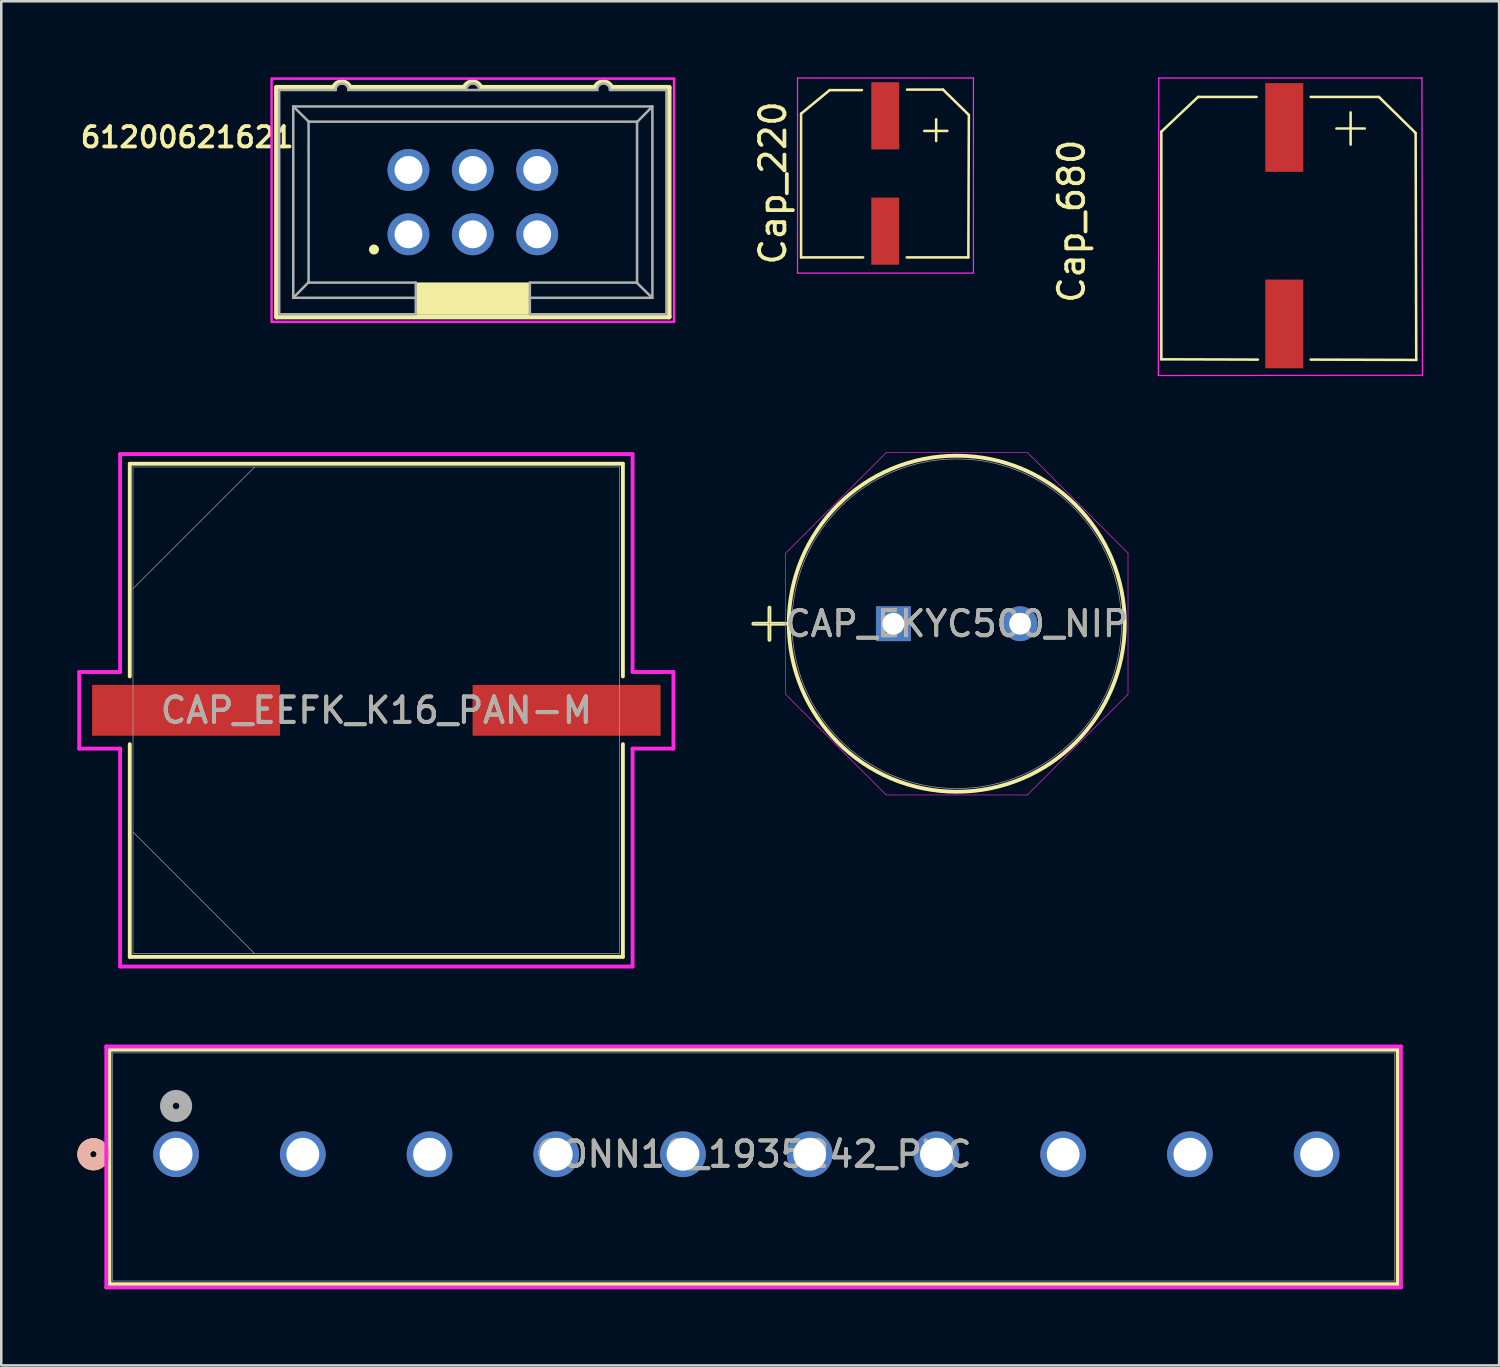
<source format=kicad_pcb>
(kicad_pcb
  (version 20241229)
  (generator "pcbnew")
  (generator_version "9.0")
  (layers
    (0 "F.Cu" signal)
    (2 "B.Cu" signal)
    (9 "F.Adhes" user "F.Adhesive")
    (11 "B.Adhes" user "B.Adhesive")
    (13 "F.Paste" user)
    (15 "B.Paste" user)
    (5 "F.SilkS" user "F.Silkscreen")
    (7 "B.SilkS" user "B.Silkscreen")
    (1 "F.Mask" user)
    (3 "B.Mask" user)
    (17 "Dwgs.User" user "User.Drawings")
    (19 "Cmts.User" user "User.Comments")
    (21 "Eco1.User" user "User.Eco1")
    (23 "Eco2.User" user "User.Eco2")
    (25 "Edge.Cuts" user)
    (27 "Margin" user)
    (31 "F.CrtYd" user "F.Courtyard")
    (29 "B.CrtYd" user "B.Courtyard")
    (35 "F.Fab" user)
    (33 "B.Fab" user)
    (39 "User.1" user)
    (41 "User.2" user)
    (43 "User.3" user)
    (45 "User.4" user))
  (footprint "61200621621"
    (layer "F.Cu")
    (at 15.605 4.925)
    (property "Reference" "61200621621" (at -11.27 -2.561 0) (layer "F.SilkS") (effects (font (size 0.8 0.8) (thickness 0.15))))
    (attr through_hole)
    (fp_line (start -7.74 -4.525) (end -7.74 4.525) (stroke (width 0.2) (type solid)) (layer "F.SilkS"))
    (fp_line (start -7.74 4.525) (end 7.74 4.525) (stroke (width 0.2) (type solid)) (layer "F.SilkS"))
    (fp_line (start -5.49 -4.525) (end -7.74 -4.525) (stroke (width 0.2) (type solid)) (layer "F.SilkS"))
    (fp_line (start -0.33 -4.525) (end -4.85 -4.525) (stroke (width 0.2) (type solid)) (layer "F.SilkS"))
    (fp_line (start 4.83 -4.525) (end 0.31 -4.525) (stroke (width 0.2) (type solid)) (layer "F.SilkS"))
    (fp_line (start 5.47 -4.525) (end 7.74 -4.525) (stroke (width 0.2) (type solid)) (layer "F.SilkS"))
    (fp_line (start 7.74 4.525) (end 7.74 -4.525) (stroke (width 0.2) (type solid)) (layer "F.SilkS"))
    (fp_arc (start -5.49 -4.525) (mid -5.17 -4.743547) (end -4.85 -4.525) (stroke (width 0.2) (type solid)) (layer "F.SilkS"))
    (fp_arc (start -0.33 -4.525) (mid -0.01 -4.743547) (end 0.31 -4.525) (stroke (width 0.2) (type solid)) (layer "F.SilkS"))
    (fp_arc (start 4.83 -4.525) (mid 5.15 -4.743547) (end 5.47 -4.525) (stroke (width 0.2) (type solid)) (layer "F.SilkS"))
    (fp_circle (center -3.9 1.87) (end -3.8 1.87) (stroke (width 0.2) (type solid)) (fill no) (layer "F.SilkS"))
    (fp_poly (pts (xy -2.25 3.175) (xy 2.25 3.175) (xy 2.25 4.425) (xy -2.25 4.425)) (stroke (width 0.01) (type solid)) (fill yes) (layer "F.SilkS"))
    (fp_poly (pts (xy -7.94 -4.875) (xy 7.94 -4.875) (xy 7.94 4.725) (xy -7.94 4.725)) (stroke (width 0.1) (type solid)) (fill no) (layer "F.CrtYd"))
    (fp_line (start -7.64 -4.425) (end -5.41 -4.425) (stroke (width 0.1) (type solid)) (layer "F.Fab"))
    (fp_line (start -7.64 4.425) (end -7.64 -4.425) (stroke (width 0.1) (type solid)) (layer "F.Fab"))
    (fp_line (start -7.085 -3.775) (end 7.085 -3.775) (stroke (width 0.1) (type solid)) (layer "F.Fab"))
    (fp_line (start -7.085 3.775) (end -7.085 -3.775) (stroke (width 0.1) (type solid)) (layer "F.Fab"))
    (fp_line (start -6.48 -3.175) (end 6.48 -3.175) (stroke (width 0.1) (type solid)) (layer "F.Fab"))
    (fp_line (start -6.48 3.16) (end -7.08 3.77) (stroke (width 0.1) (type solid)) (layer "F.Fab"))
    (fp_line (start -6.48 3.16) (end -6.48 -3.175) (stroke (width 0.1) (type solid)) (layer "F.Fab"))
    (fp_line (start -6.48 3.175) (end -6.48 3.16) (stroke (width 0.1) (type solid)) (layer "F.Fab"))
    (fp_line (start -6.47 -3.17) (end -7.08 -3.77) (stroke (width 0.1) (type solid)) (layer "F.Fab"))
    (fp_line (start -4.91 -4.425) (end 4.91 -4.425) (stroke (width 0.1) (type solid)) (layer "F.Fab"))
    (fp_line (start -2.25 3.175) (end -6.48 3.175) (stroke (width 0.1) (type solid)) (layer "F.Fab"))
    (fp_line (start -2.25 3.175) (end -2.25 3.775) (stroke (width 0.1) (type solid)) (layer "F.Fab"))
    (fp_line (start -2.25 3.775) (end -7.085 3.775) (stroke (width 0.1) (type solid)) (layer "F.Fab"))
    (fp_line (start -2.25 3.795) (end -2.25 4.395) (stroke (width 0.1) (type solid)) (layer "F.Fab"))
    (fp_line (start -2.25 4.425) (end -7.64 4.425) (stroke (width 0.1) (type solid)) (layer "F.Fab"))
    (fp_line (start 2.25 3.175) (end 2.25 3.775) (stroke (width 0.1) (type solid)) (layer "F.Fab"))
    (fp_line (start 2.25 3.815) (end 2.25 4.415) (stroke (width 0.1) (type solid)) (layer "F.Fab"))
    (fp_line (start 5.41 -4.425) (end 7.64 -4.425) (stroke (width 0.1) (type solid)) (layer "F.Fab"))
    (fp_line (start 6.46 3.17) (end 7.07 3.77) (stroke (width 0.1) (type solid)) (layer "F.Fab"))
    (fp_line (start 6.47 -3.15) (end 7.07 -3.76) (stroke (width 0.1) (type solid)) (layer "F.Fab"))
    (fp_line (start 6.48 -3.175) (end 6.48 3.175) (stroke (width 0.1) (type solid)) (layer "F.Fab"))
    (fp_line (start 6.48 3.175) (end 2.25 3.175) (stroke (width 0.1) (type solid)) (layer "F.Fab"))
    (fp_line (start 7.085 -3.775) (end 7.085 3.775) (stroke (width 0.1) (type solid)) (layer "F.Fab"))
    (fp_line (start 7.085 3.775) (end 2.25 3.775) (stroke (width 0.1) (type solid)) (layer "F.Fab"))
    (fp_line (start 7.64 -4.425) (end 7.64 4.425) (stroke (width 0.1) (type solid)) (layer "F.Fab"))
    (fp_line (start 7.64 4.425) (end 2.25 4.425) (stroke (width 0.1) (type solid)) (layer "F.Fab"))
    (fp_arc (start -5.41 -4.425) (mid -5.16 -4.680051) (end -4.91 -4.425) (stroke (width 0.1) (type solid)) (layer "F.Fab"))
    (fp_arc (start -0.25 -4.425) (mid 0 -4.680051) (end 0.25 -4.425) (stroke (width 0.1) (type solid)) (layer "F.Fab"))
    (fp_arc (start 4.91 -4.425) (mid 5.16 -4.685195) (end 5.41 -4.425) (stroke (width 0.1) (type solid)) (layer "F.Fab"))
    (pad "1" thru_hole circle (at -2.54 1.27) (size 1.65 1.65) (drill 1.1) (layers "*.Cu" "*.Mask"))
    (pad "2" thru_hole circle (at -2.54 -1.27) (size 1.65 1.65) (drill 1.1) (layers "*.Cu" "*.Mask"))
    (pad "3" thru_hole circle (at 0 1.27) (size 1.65 1.65) (drill 1.1) (layers "*.Cu" "*.Mask"))
    (pad "4" thru_hole circle (at 0 -1.27) (size 1.65 1.65) (drill 1.1) (layers "*.Cu" "*.Mask"))
    (pad "5" thru_hole circle (at 2.54 1.27) (size 1.65 1.65) (drill 1.1) (layers "*.Cu" "*.Mask"))
    (pad "6" thru_hole circle (at 2.54 -1.27) (size 1.65 1.65) (drill 1.1) (layers "*.Cu" "*.Mask")))
  (footprint "CAP_EKYC500_NIP"
    (layer "F.Cu")
    (at 32.199 21.559)
    (property "Reference" "CAP_EKYC500_NIP" (at 2.5 0 0) (unlocked yes) (layer "F.SilkS") (effects (font (size 1 1) (thickness 0.15))))
    (attr through_hole)
    (fp_line (start -5.526 0) (end -4.256 0) (stroke (width 0.152) (type solid)) (layer "F.SilkS"))
    (fp_line (start -4.891 -0.635) (end -4.891 0.635) (stroke (width 0.152) (type solid)) (layer "F.SilkS"))
    (fp_circle (center 2.5 0) (end 9.129 0) (stroke (width 0.152) (type solid)) (fill no) (layer "F.SilkS"))
    (fp_line (start -4.256 -2.782) (end -0.282 -6.756) (stroke (width 0.025) (type solid)) (layer "F.CrtYd"))
    (fp_line (start -4.256 2.782) (end -4.256 -2.782) (stroke (width 0.025) (type solid)) (layer "F.CrtYd"))
    (fp_line (start -0.282 -6.756) (end 5.282 -6.756) (stroke (width 0.025) (type solid)) (layer "F.CrtYd"))
    (fp_line (start -0.282 6.756) (end -4.256 2.782) (stroke (width 0.025) (type solid)) (layer "F.CrtYd"))
    (fp_line (start 5.282 -6.756) (end 9.256 -2.782) (stroke (width 0.025) (type solid)) (layer "F.CrtYd"))
    (fp_line (start 5.282 6.756) (end -0.282 6.756) (stroke (width 0.025) (type solid)) (layer "F.CrtYd"))
    (fp_line (start 9.256 -2.782) (end 9.256 2.782) (stroke (width 0.025) (type solid)) (layer "F.CrtYd"))
    (fp_line (start 9.256 2.782) (end 5.282 6.756) (stroke (width 0.025) (type solid)) (layer "F.CrtYd"))
    (fp_line (start -5.526 0) (end -4.256 0) (stroke (width 0.025) (type solid)) (layer "F.Fab"))
    (fp_line (start -4.891 -0.635) (end -4.891 0.635) (stroke (width 0.025) (type solid)) (layer "F.Fab"))
    (fp_circle (center 2.5 0) (end 9.002 0) (stroke (width 0.025) (type solid)) (fill no) (layer "F.Fab"))
    (fp_text user "${REFERENCE}" (at 2.5 0 0) (unlocked yes) (layer "F.Fab") (effects (font (size 1 1) (thickness 0.15))))
    (pad "1" thru_hole rect (at 0 0) (size 1.372 1.372) (drill 0.864) (layers "*.Cu" "*.Mask"))
    (pad "2" thru_hole circle (at 5 0) (size 1.372 1.372) (drill 0.864) (layers "*.Cu" "*.Mask")))
  (footprint "Cap_220"
    (layer "F.Cu")
    (at 31.854 4.159)
    (property "Reference" "Cap_220" (at -4.41 0.01 90) (layer "F.SilkS") (effects (font (size 1 1) (thickness 0.15))))
    (attr smd)
    (fp_line (start -3.298 -2.724) (end -3.298 2.946) (stroke (width 0.1) (type default)) (layer "F.SilkS"))
    (fp_line (start -3.298 2.946) (end -0.848 2.946) (stroke (width 0.1) (type default)) (layer "F.SilkS"))
    (fp_line (start -2.168 -3.654) (end -3.298 -2.724) (stroke (width 0.1) (type default)) (layer "F.SilkS"))
    (fp_line (start -0.898 -3.654) (end -2.168 -3.654) (stroke (width 0.1) (type default)) (layer "F.SilkS"))
    (fp_line (start 0.882 -3.674) (end 2.302 -3.674) (stroke (width 0.1) (type default)) (layer "F.SilkS"))
    (fp_line (start 1.562 -2.044) (end 2.472 -2.044) (stroke (width 0.1) (type default)) (layer "F.SilkS"))
    (fp_line (start 2.032 -2.504) (end 2.032 -1.644) (stroke (width 0.1) (type default)) (layer "F.SilkS"))
    (fp_line (start 2.302 -3.674) (end 3.322 -2.674) (stroke (width 0.1) (type default)) (layer "F.SilkS"))
    (fp_line (start 3.302 2.946) (end 0.872 2.946) (stroke (width 0.1) (type default)) (layer "F.SilkS"))
    (fp_line (start 3.322 -2.674) (end 3.302 2.946) (stroke (width 0.1) (type default)) (layer "F.SilkS"))
    (fp_line (start -3.438 -4.134) (end 3.502 -4.134) (stroke (width 0.05) (type default)) (layer "F.CrtYd"))
    (fp_line (start -3.438 3.566) (end -3.438 -4.134) (stroke (width 0.05) (type default)) (layer "F.CrtYd"))
    (fp_line (start 3.502 -4.134) (end 3.502 3.566) (stroke (width 0.05) (type default)) (layer "F.CrtYd"))
    (fp_line (start 3.502 3.566) (end -3.438 3.566) (stroke (width 0.05) (type default)) (layer "F.CrtYd"))
    (pad "1" smd rect (at 0.022 -2.639) (size 1.1 2.65) (layers "F.Cu" "F.Mask" "F.Paste"))
    (pad "2" smd rect (at 0.022 1.911) (size 1.1 2.65) (layers "F.Cu" "F.Mask" "F.Paste")))
  (footprint "Cap_680"
    (layer "F.Cu")
    (at 47.687 5.728)
    (property "Reference" "Cap_680" (at -8.458 -0.051 90) (layer "F.SilkS") (effects (font (size 1 1) (thickness 0.15))))
    (attr smd)
    (fp_line (start -4.917 -3.581) (end -4.917 5.398) (stroke (width 0.1) (type default)) (layer "F.SilkS"))
    (fp_line (start -4.917 -3.581) (end -3.469 -4.953) (stroke (width 0.1) (type default)) (layer "F.SilkS"))
    (fp_line (start -4.917 5.398) (end -1.107 5.41) (stroke (width 0.1) (type default)) (layer "F.SilkS"))
    (fp_line (start -3.469 -4.953) (end -1.158 -4.953) (stroke (width 0.1) (type default)) (layer "F.SilkS"))
    (fp_line (start 1.992 -3.708) (end 3.11 -3.708) (stroke (width 0.1) (type default)) (layer "F.SilkS"))
    (fp_line (start 2.551 -4.343) (end 2.551 -3.073) (stroke (width 0.1) (type default)) (layer "F.SilkS"))
    (fp_line (start 3.668 -4.953) (end 0.976 -4.953) (stroke (width 0.1) (type default)) (layer "F.SilkS"))
    (fp_line (start 5.116 -3.53) (end 3.668 -4.953) (stroke (width 0.1) (type default)) (layer "F.SilkS"))
    (fp_line (start 5.116 -3.53) (end 5.141 5.423) (stroke (width 0.1) (type default)) (layer "F.SilkS"))
    (fp_line (start 5.141 5.423) (end 0.976 5.41) (stroke (width 0.1) (type default)) (layer "F.SilkS"))
    (fp_line (start -5.035 6.037) (end -5.016 -5.703) (stroke (width 0.05) (type default)) (layer "F.CrtYd"))
    (fp_line (start -5.016 -5.703) (end 5.364 -5.703) (stroke (width 0.05) (type default)) (layer "F.CrtYd"))
    (fp_line (start 5.364 -5.703) (end 5.385 6.027) (stroke (width 0.05) (type default)) (layer "F.CrtYd"))
    (fp_line (start 5.385 6.027) (end -5.035 6.037) (stroke (width 0.05) (type default)) (layer "F.CrtYd"))
    (pad "1" smd rect (at -0.066 -3.748) (size 1.5 3.5) (layers "F.Cu" "F.Mask" "F.Paste"))
    (pad "2" smd rect (at -0.066 4.002) (size 1.5 3.5) (layers "F.Cu" "F.Mask" "F.Paste")))
  (footprint "CONN10_1935242_PXC"
    (layer "F.Cu")
    (at 3.897 42.491)
    (property "Reference" "CONN10_1935242_PXC" (at 22.786 0 0) (unlocked yes) (layer "F.SilkS") (effects (font (size 1 1) (thickness 0.15))))
    (attr through_hole)
    (fp_line (start -2.627 -4.127) (end -2.627 5.127) (stroke (width 0.152) (type solid)) (layer "F.SilkS"))
    (fp_line (start -2.627 5.127) (end 48.199 5.127) (stroke (width 0.152) (type solid)) (layer "F.SilkS"))
    (fp_line (start 48.199 -4.127) (end -2.627 -4.127) (stroke (width 0.152) (type solid)) (layer "F.SilkS"))
    (fp_line (start 48.199 5.127) (end 48.199 -4.127) (stroke (width 0.152) (type solid)) (layer "F.SilkS"))
    (fp_circle (center -3.262 0) (end -2.881 0) (stroke (width 0.508) (type solid)) (fill no) (layer "F.SilkS"))
    (fp_circle (center -3.262 0) (end -2.881 0) (stroke (width 0.508) (type solid)) (fill no) (layer "B.SilkS"))
    (fp_line (start -2.754 -4.254) (end -2.754 5.254) (stroke (width 0.152) (type solid)) (layer "F.CrtYd"))
    (fp_line (start -2.754 5.254) (end 48.326 5.254) (stroke (width 0.152) (type solid)) (layer "F.CrtYd"))
    (fp_line (start 48.326 -4.254) (end -2.754 -4.254) (stroke (width 0.152) (type solid)) (layer "F.CrtYd"))
    (fp_line (start 48.326 5.254) (end 48.326 -4.254) (stroke (width 0.152) (type solid)) (layer "F.CrtYd"))
    (fp_line (start -2.5 -4) (end -2.5 5) (stroke (width 0.025) (type solid)) (layer "F.Fab"))
    (fp_line (start -2.5 5) (end 48.072 5) (stroke (width 0.025) (type solid)) (layer "F.Fab"))
    (fp_line (start 48.072 -4) (end -2.5 -4) (stroke (width 0.025) (type solid)) (layer "F.Fab"))
    (fp_line (start 48.072 5) (end 48.072 -4) (stroke (width 0.025) (type solid)) (layer "F.Fab"))
    (fp_circle (center 0 -1.905) (end 0.381 -1.905) (stroke (width 0.508) (type solid)) (fill no) (layer "F.Fab"))
    (fp_text user "${REFERENCE}" (at 22.786 0 0) (unlocked yes) (layer "F.Fab") (effects (font (size 1 1) (thickness 0.15))))
    (pad "1" thru_hole circle (at 0 0) (size 1.803 1.803) (drill 1.295) (layers "*.Cu" "*.Mask"))
    (pad "2" thru_hole circle (at 5 0) (size 1.803 1.803) (drill 1.295) (layers "*.Cu" "*.Mask"))
    (pad "3" thru_hole circle (at 10 0) (size 1.803 1.803) (drill 1.295) (layers "*.Cu" "*.Mask"))
    (pad "4" thru_hole circle (at 15 0) (size 1.803 1.803) (drill 1.295) (layers "*.Cu" "*.Mask"))
    (pad "5" thru_hole circle (at 20 0) (size 1.803 1.803) (drill 1.295) (layers "*.Cu" "*.Mask"))
    (pad "6" thru_hole circle (at 25 0) (size 1.803 1.803) (drill 1.295) (layers "*.Cu" "*.Mask"))
    (pad "7" thru_hole circle (at 30 0) (size 1.803 1.803) (drill 1.295) (layers "*.Cu" "*.Mask"))
    (pad "8" thru_hole circle (at 35 0) (size 1.803 1.803) (drill 1.295) (layers "*.Cu" "*.Mask"))
    (pad "9" thru_hole circle (at 40 0) (size 1.803 1.803) (drill 1.295) (layers "*.Cu" "*.Mask"))
    (pad "10" thru_hole circle (at 45 0) (size 1.803 1.803) (drill 1.295) (layers "*.Cu" "*.Mask")))
  (footprint "CAP_EEFK_K16_PAN-M"
    (layer "F.Cu")
    (at 11.798 24.975)
    (property "Reference" "CAP_EEFK_K16_PAN-M" (at 0 0 0) (unlocked yes) (layer "F.SilkS") (effects (font (size 1 1) (thickness 0.15))))
    (attr smd)
    (fp_line (start -9.728 -9.728) (end -9.728 -1.336) (stroke (width 0.152) (type solid)) (layer "F.SilkS"))
    (fp_line (start -9.728 1.336) (end -9.728 9.728) (stroke (width 0.152) (type solid)) (layer "F.SilkS"))
    (fp_line (start -9.728 9.728) (end 9.728 9.728) (stroke (width 0.152) (type solid)) (layer "F.SilkS"))
    (fp_line (start 9.728 -9.728) (end -9.728 -9.728) (stroke (width 0.152) (type solid)) (layer "F.SilkS"))
    (fp_line (start 9.728 -1.336) (end 9.728 -9.728) (stroke (width 0.152) (type solid)) (layer "F.SilkS"))
    (fp_line (start 9.728 9.728) (end 9.728 1.336) (stroke (width 0.152) (type solid)) (layer "F.SilkS"))
    (fp_line (start -11.722 -1.511) (end -10.109 -1.511) (stroke (width 0.152) (type solid)) (layer "F.CrtYd"))
    (fp_line (start -11.722 1.511) (end -11.722 -1.511) (stroke (width 0.152) (type solid)) (layer "F.CrtYd"))
    (fp_line (start -10.109 -10.109) (end 10.109 -10.109) (stroke (width 0.152) (type solid)) (layer "F.CrtYd"))
    (fp_line (start -10.109 -1.511) (end -10.109 -10.109) (stroke (width 0.152) (type solid)) (layer "F.CrtYd"))
    (fp_line (start -10.109 1.511) (end -11.722 1.511) (stroke (width 0.152) (type solid)) (layer "F.CrtYd"))
    (fp_line (start -10.109 10.109) (end -10.109 1.511) (stroke (width 0.152) (type solid)) (layer "F.CrtYd"))
    (fp_line (start 10.109 -10.109) (end 10.109 -1.511) (stroke (width 0.152) (type solid)) (layer "F.CrtYd"))
    (fp_line (start 10.109 -1.511) (end 11.722 -1.511) (stroke (width 0.152) (type solid)) (layer "F.CrtYd"))
    (fp_line (start 10.109 1.511) (end 10.109 10.109) (stroke (width 0.152) (type solid)) (layer "F.CrtYd"))
    (fp_line (start 10.109 10.109) (end -10.109 10.109) (stroke (width 0.152) (type solid)) (layer "F.CrtYd"))
    (fp_line (start 11.722 -1.511) (end 11.722 1.511) (stroke (width 0.152) (type solid)) (layer "F.CrtYd"))
    (fp_line (start 11.722 1.511) (end 10.109 1.511) (stroke (width 0.152) (type solid)) (layer "F.CrtYd"))
    (fp_line (start -9.601 -9.601) (end -9.601 9.601) (stroke (width 0.025) (type solid)) (layer "F.Fab"))
    (fp_line (start -9.601 -4.801) (end -4.801 -9.601) (stroke (width 0.025) (type solid)) (layer "F.Fab"))
    (fp_line (start -9.601 4.801) (end -4.801 9.601) (stroke (width 0.025) (type solid)) (layer "F.Fab"))
    (fp_line (start -9.601 9.601) (end 9.601 9.601) (stroke (width 0.025) (type solid)) (layer "F.Fab"))
    (fp_line (start 9.601 -9.601) (end -9.601 -9.601) (stroke (width 0.025) (type solid)) (layer "F.Fab"))
    (fp_line (start 9.601 9.601) (end 9.601 -9.601) (stroke (width 0.025) (type solid)) (layer "F.Fab"))
    (fp_text user "${REFERENCE}" (at 0 0 0) (unlocked yes) (layer "F.Fab") (effects (font (size 1 1) (thickness 0.15))))
    (pad "1" smd rect (at -7.506 0) (size 7.417 2.007) (layers "F.Cu" "F.Mask" "F.Paste"))
    (pad "2" smd rect (at 7.506 0) (size 7.417 2.007) (layers "F.Cu" "F.Mask" "F.Paste"))
    (zone (net_name "") (layer "F.Cu") (hatch full 0.508) (connect_pads) (min_thickness 0.254) (filled_areas_thickness no) (keepout (tracks not_allowed) (vias not_allowed) (pads allowed) (copperpour not_allowed) (footprints allowed)) (placement (enabled no)) (fill) (polygon (pts (xy 2.248 15.425) (xy 21.349 15.425) (xy 21.349 23.921) (xy 2.248 23.921))))
    (zone (net_name "") (layer "F.Cu") (hatch full 0.508) (connect_pads) (min_thickness 0.254) (filled_areas_thickness no) (keepout (tracks not_allowed) (vias not_allowed) (pads allowed) (copperpour not_allowed) (footprints allowed)) (placement (enabled no)) (fill) (polygon (pts (xy 2.248 26.029) (xy 21.349 26.029) (xy 21.349 34.526) (xy 2.248 34.526))))
    (zone (net_name "") (layer "F.Cu") (hatch full 0.508) (connect_pads) (min_thickness 0.254) (filled_areas_thickness no) (keepout (tracks not_allowed) (vias not_allowed) (pads allowed) (copperpour not_allowed) (footprints allowed)) (placement (enabled no)) (fill) (polygon (pts (xy 8.052 23.921) (xy 15.545 23.921) (xy 15.545 26.029) (xy 8.052 26.029)))))
  (gr_rect
    (start -3 -3)
    (end 56.097 50.821)
    (stroke (width 0.1) (type default))
    (fill no)
    (layer "Edge.Cuts")))
</source>
